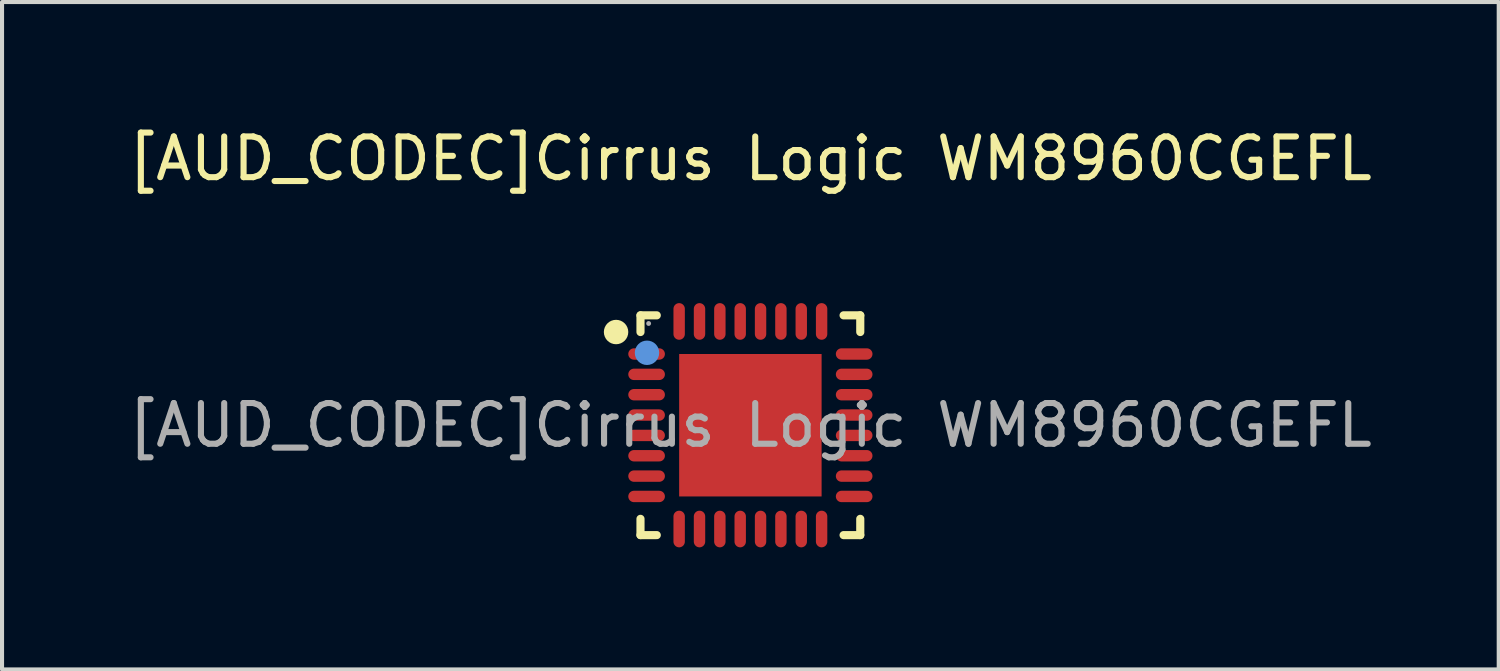
<source format=kicad_pcb>
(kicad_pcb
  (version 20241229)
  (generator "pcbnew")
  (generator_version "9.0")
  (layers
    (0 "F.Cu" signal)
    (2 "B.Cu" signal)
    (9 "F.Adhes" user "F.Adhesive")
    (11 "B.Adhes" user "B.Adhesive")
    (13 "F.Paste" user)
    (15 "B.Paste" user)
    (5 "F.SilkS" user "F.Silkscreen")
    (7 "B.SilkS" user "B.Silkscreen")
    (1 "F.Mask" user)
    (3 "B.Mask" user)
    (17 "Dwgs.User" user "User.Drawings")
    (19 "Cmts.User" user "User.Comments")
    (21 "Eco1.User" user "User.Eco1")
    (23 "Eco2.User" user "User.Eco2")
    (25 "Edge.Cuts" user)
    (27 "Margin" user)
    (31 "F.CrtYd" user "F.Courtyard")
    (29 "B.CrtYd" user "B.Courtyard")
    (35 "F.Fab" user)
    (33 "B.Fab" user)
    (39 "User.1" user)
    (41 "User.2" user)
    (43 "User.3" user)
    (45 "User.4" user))
  (footprint "[AUD_CODEC]Cirrus Logic WM8960CGEFL"
    (layer "F.Cu")
    (at 15.387 7.398)
    (property "Reference" "[AUD_CODEC]Cirrus Logic WM8960CGEFL" (at 0 -6.55 0) (layer "F.SilkS") (effects (font (size 1 1) (thickness 0.15))))
    (attr smd)
    (fp_line (start -2.7 -2.7) (end -2.3 -2.7) (stroke (width 0.2) (type solid)) (layer "F.SilkS"))
    (fp_line (start -2.7 -2.29) (end -2.7 -2.7) (stroke (width 0.2) (type solid)) (layer "F.SilkS"))
    (fp_line (start -2.7 2.3) (end -2.7 2.7) (stroke (width 0.2) (type solid)) (layer "F.SilkS"))
    (fp_line (start -2.7 2.7) (end -2.3 2.7) (stroke (width 0.2) (type solid)) (layer "F.SilkS"))
    (fp_line (start 2.29 -2.7) (end 2.7 -2.7) (stroke (width 0.2) (type solid)) (layer "F.SilkS"))
    (fp_line (start 2.29 2.7) (end 2.7 2.7) (stroke (width 0.2) (type solid)) (layer "F.SilkS"))
    (fp_line (start 2.7 -2.7) (end 2.7 -2.29) (stroke (width 0.2) (type solid)) (layer "F.SilkS"))
    (fp_line (start 2.7 2.7) (end 2.7 2.3) (stroke (width 0.2) (type solid)) (layer "F.SilkS"))
    (fp_circle (center -3.3 -2.29) (end -3.15 -2.29) (stroke (width 0.3) (type solid)) (fill no) (layer "F.SilkS"))
    (fp_circle (center -2.54 -1.78) (end -2.39 -1.78) (stroke (width 0.3) (type solid)) (fill no) (layer "Cmts.User"))
    (fp_circle (center -2.5 -2.5) (end -2.47 -2.5) (stroke (width 0.06) (type solid)) (fill no) (layer "F.Fab"))
    (fp_text user "${REFERENCE}" (at 0 0 0) (layer "F.Fab") (effects (font (size 1 1) (thickness 0.15))))
    (pad "1" smd oval (at -2.55 -1.75 90) (size 0.28 0.9) (layers "F.Cu" "F.Mask" "F.Paste"))
    (pad "2" smd oval (at -2.55 -1.25 90) (size 0.28 0.9) (layers "F.Cu" "F.Mask" "F.Paste"))
    (pad "3" smd oval (at -2.55 -0.75 90) (size 0.28 0.9) (layers "F.Cu" "F.Mask" "F.Paste"))
    (pad "4" smd oval (at -2.55 -0.25 90) (size 0.28 0.9) (layers "F.Cu" "F.Mask" "F.Paste"))
    (pad "5" smd oval (at -2.55 0.25 90) (size 0.28 0.9) (layers "F.Cu" "F.Mask" "F.Paste"))
    (pad "6" smd oval (at -2.55 0.75 90) (size 0.28 0.9) (layers "F.Cu" "F.Mask" "F.Paste"))
    (pad "7" smd oval (at -2.55 1.25 90) (size 0.28 0.9) (layers "F.Cu" "F.Mask" "F.Paste"))
    (pad "8" smd oval (at -2.55 1.75 90) (size 0.28 0.9) (layers "F.Cu" "F.Mask" "F.Paste"))
    (pad "9" smd oval (at -1.75 2.55) (size 0.28 0.9) (layers "F.Cu" "F.Mask" "F.Paste"))
    (pad "10" smd oval (at -1.25 2.55) (size 0.28 0.9) (layers "F.Cu" "F.Mask" "F.Paste"))
    (pad "11" smd oval (at -0.75 2.55) (size 0.28 0.9) (layers "F.Cu" "F.Mask" "F.Paste"))
    (pad "12" smd oval (at -0.25 2.55) (size 0.28 0.9) (layers "F.Cu" "F.Mask" "F.Paste"))
    (pad "13" smd oval (at 0.25 2.55) (size 0.28 0.9) (layers "F.Cu" "F.Mask" "F.Paste"))
    (pad "14" smd oval (at 0.75 2.55) (size 0.28 0.9) (layers "F.Cu" "F.Mask" "F.Paste"))
    (pad "15" smd oval (at 1.25 2.55) (size 0.28 0.9) (layers "F.Cu" "F.Mask" "F.Paste"))
    (pad "16" smd oval (at 1.75 2.55) (size 0.28 0.9) (layers "F.Cu" "F.Mask" "F.Paste"))
    (pad "17" smd oval (at 2.55 1.75 90) (size 0.28 0.9) (layers "F.Cu" "F.Mask" "F.Paste"))
    (pad "18" smd oval (at 2.55 1.25 90) (size 0.28 0.9) (layers "F.Cu" "F.Mask" "F.Paste"))
    (pad "19" smd oval (at 2.55 0.75 90) (size 0.28 0.9) (layers "F.Cu" "F.Mask" "F.Paste"))
    (pad "20" smd oval (at 2.55 0.25 90) (size 0.28 0.9) (layers "F.Cu" "F.Mask" "F.Paste"))
    (pad "21" smd oval (at 2.55 -0.25 90) (size 0.28 0.9) (layers "F.Cu" "F.Mask" "F.Paste"))
    (pad "22" smd oval (at 2.55 -0.75 90) (size 0.28 0.9) (layers "F.Cu" "F.Mask" "F.Paste"))
    (pad "23" smd oval (at 2.55 -1.25 90) (size 0.28 0.9) (layers "F.Cu" "F.Mask" "F.Paste"))
    (pad "24" smd oval (at 2.55 -1.75 90) (size 0.28 0.9) (layers "F.Cu" "F.Mask" "F.Paste"))
    (pad "25" smd oval (at 1.75 -2.55) (size 0.28 0.9) (layers "F.Cu" "F.Mask" "F.Paste"))
    (pad "26" smd oval (at 1.25 -2.55) (size 0.28 0.9) (layers "F.Cu" "F.Mask" "F.Paste"))
    (pad "27" smd oval (at 0.75 -2.55) (size 0.28 0.9) (layers "F.Cu" "F.Mask" "F.Paste"))
    (pad "28" smd oval (at 0.25 -2.55) (size 0.28 0.9) (layers "F.Cu" "F.Mask" "F.Paste"))
    (pad "29" smd oval (at -0.25 -2.55) (size 0.28 0.9) (layers "F.Cu" "F.Mask" "F.Paste"))
    (pad "30" smd oval (at -0.75 -2.55) (size 0.28 0.9) (layers "F.Cu" "F.Mask" "F.Paste"))
    (pad "31" smd oval (at -1.25 -2.55) (size 0.28 0.9) (layers "F.Cu" "F.Mask" "F.Paste"))
    (pad "32" smd oval (at -1.75 -2.55) (size 0.28 0.9) (layers "F.Cu" "F.Mask" "F.Paste"))
    (pad "33" smd rect (at 0 0) (size 3.5 3.5) (layers "F.Cu" "F.Mask" "F.Paste")))
  (gr_rect
    (start -3 -3)
    (end 33.774 13.398)
    (stroke (width 0.1) (type default))
    (fill no)
    (layer "Edge.Cuts")))
</source>
